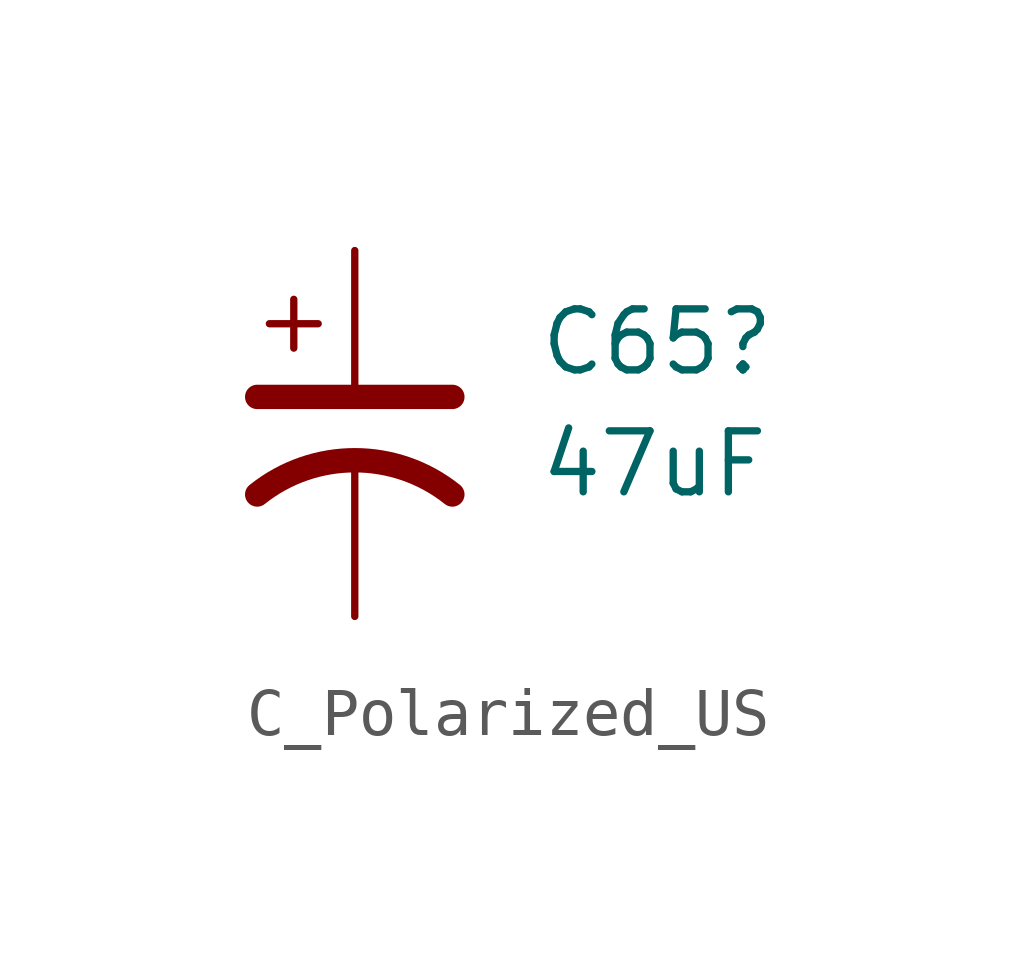
<source format=kicad_sym>
(kicad_symbol_lib
  (version 20211014)
  (generator kicad_symbol_editor)
  (symbol "C_Polarized_US"
    (pin_numbers hide)
    (pin_names
      (offset 0.254) hide)
    (property "Reference" "C65"
      (at 3.81 1.905 0)
      (effects (font (size 1.27 1.27)) (justify left)))
    (property "Value" "47uF"
      (at 3.81 -0.635 0)
      (effects (font (size 1.27 1.27)) (justify left)))
    (symbol "C_Polarized_US_0_1"
      (polyline (pts (xy -2.032 0.762) (xy 2.032 0.762)) (stroke (width 0.508) (type default) (color 0 0 0 0)) (fill (type none)))
      (polyline (pts (xy -1.778 2.286) (xy -0.762 2.286)) (stroke (width 0) (type default) (color 0 0 0 0)) (fill (type none)))
      (polyline (pts (xy -1.27 1.778) (xy -1.27 2.794)) (stroke (width 0) (type default) (color 0 0 0 0)) (fill (type none)))
      (arc (start 2.032 -1.27) (mid 0 -0.5572) (end -2.032 -1.27) (stroke (width 0.508) (type default) (color 0 0 0 0)) (fill (type none))))
    (symbol "C_Polarized_US_1_1"
      (pin passive line (at 0 3.81 270) (length 2.794) (name "~" (effects (font (size 1.27 1.27)))) (number "1" (effects (font (size 1.27 1.27)))))
      (pin passive line (at 0 -3.81 90) (length 3.302) (name "~" (effects (font (size 1.27 1.27)))) (number "2" (effects (font (size 1.27 1.27))))))))
</source>
